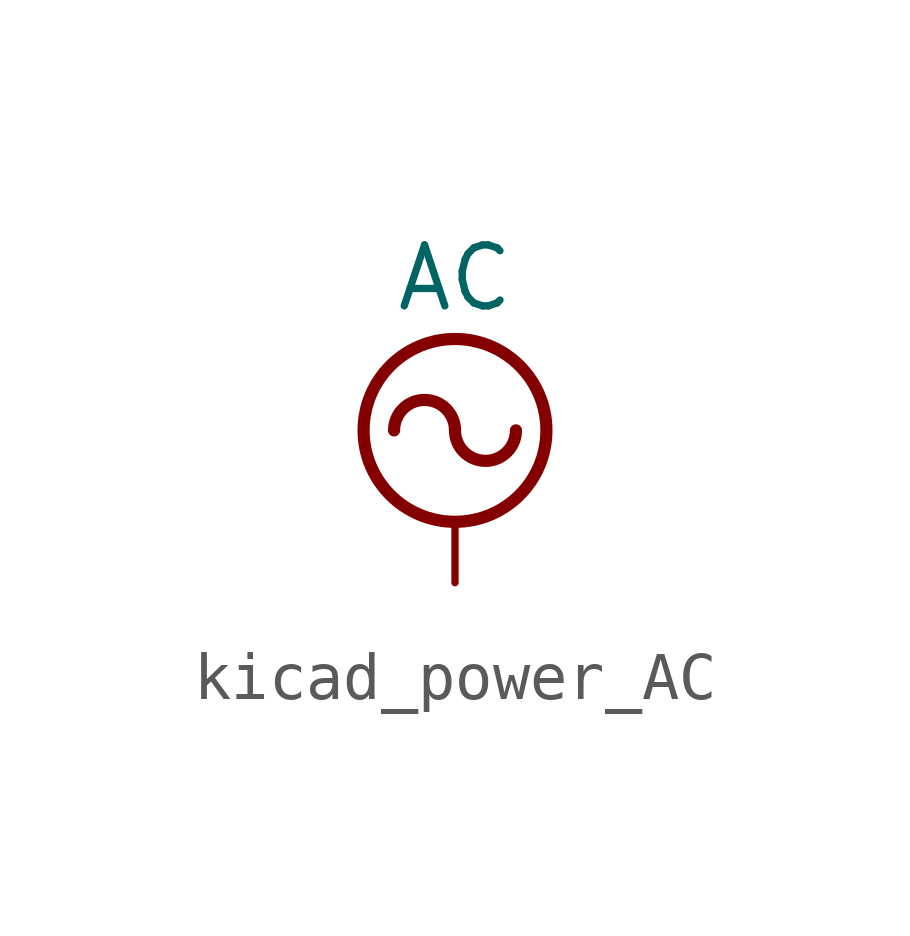
<source format=kicad_sym>
(kicad_symbol_lib
  (version 20220914)
  (generator kicad_symbol_editor)
  (symbol "kicad_power_AC"
    (power)
    (pin_names
      (offset 0))
    (property "Reference" "#PWR"
      (at 0 -2.54 0)
      (effects (font (size 1.27 1.27)) hide))
    (property "Value" "AC"
      (at 0 6.35 0)
      (effects (font (size 1.27 1.27))))
    (symbol "kicad_power_AC_0_1"
      (polyline (pts (xy 0 0) (xy 0 1.27)) (stroke (width 0) (type default)) (fill (type none)))
      (arc (start 0 3.175) (mid -0.635 3.8073) (end -1.27 3.175) (stroke (width 0.254) (type default)) (fill (type none)))
      (arc (start 0 3.175) (mid 0.635 2.5427) (end 1.27 3.175) (stroke (width 0.254) (type default)) (fill (type none)))
      (circle (center 0 3.175) (radius 1.905) (stroke (width 0.254) (type default)) (fill (type none))))
    (symbol "kicad_power_AC_1_1"
      (pin power_in line (at 0 0 90) (length 0) hide (name "AC" (effects (font (size 1.27 1.27)))) (number "1" (effects (font (size 1.27 1.27))))))))
</source>
